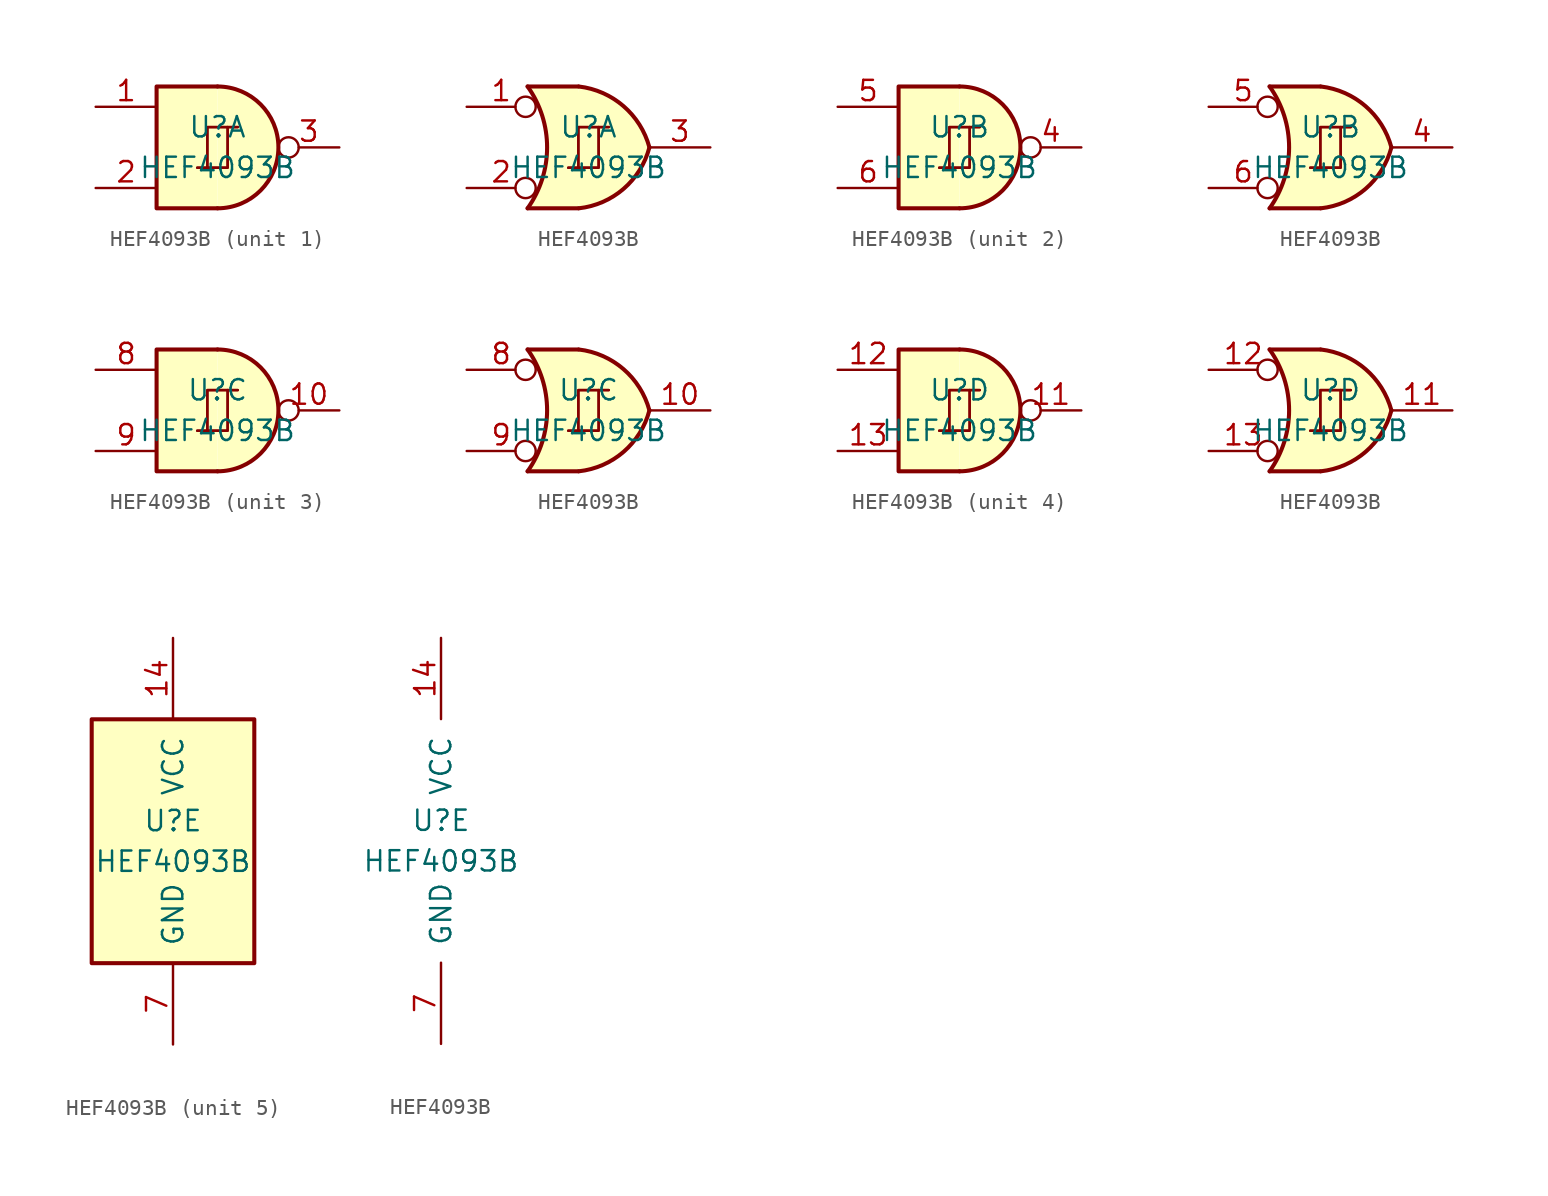
<source format=kicad_sym>
(kicad_symbol_lib
  (version 20200908)
  (generator kicad_symbol_editor)
  (symbol "4xxx:HEF4093B"
    (pin_names
      (offset 1.016))
    (property "Reference" "U"
      (at 0 1.27 0)
      (effects (font (size 1.27 1.27))))
    (property "Value" "HEF4093B"
      (at 0 -1.27 0)
      (effects (font (size 1.27 1.27))))
    (property "ki_locked" ""
      (at 0 0 0)
      (effects (font (size 1.27 1.27))))
    (symbol "HEF4093B_1_1"
      (arc (start 0 -3.81) (end 0 3.81) (radius (at 0 0) (length 3.81) (angles -89.9 89.9)) (stroke (width 0.254)) (fill (type background)))
      (polyline (pts (xy 0 3.81) (xy -3.81 3.81) (xy -3.81 -3.81) (xy 0 -3.81)) (stroke (width 0.254)) (fill (type background)))
      (pin input line (at -7.62 2.54 0) (length 3.81) (name "~" (effects (font (size 1.27 1.27)))) (number "1" (effects (font (size 1.27 1.27)))))
      (pin input line (at -7.62 -2.54 0) (length 3.81) (name "~" (effects (font (size 1.27 1.27)))) (number "2" (effects (font (size 1.27 1.27)))))
      (pin output inverted (at 7.62 0 180) (length 3.81) (name "~" (effects (font (size 1.27 1.27)))) (number "3" (effects (font (size 1.27 1.27))))))
    (symbol "HEF4093B_2_1"
      (arc (start 0 -3.81) (end 0 3.81) (radius (at 0 0) (length 3.81) (angles -89.9 89.9)) (stroke (width 0.254)) (fill (type background)))
      (polyline (pts (xy 0 3.81) (xy -3.81 3.81) (xy -3.81 -3.81) (xy 0 -3.81)) (stroke (width 0.254)) (fill (type background)))
      (pin output inverted (at 7.62 0 180) (length 3.81) (name "~" (effects (font (size 1.27 1.27)))) (number "4" (effects (font (size 1.27 1.27)))))
      (pin input line (at -7.62 2.54 0) (length 3.81) (name "~" (effects (font (size 1.27 1.27)))) (number "5" (effects (font (size 1.27 1.27)))))
      (pin input line (at -7.62 -2.54 0) (length 3.81) (name "~" (effects (font (size 1.27 1.27)))) (number "6" (effects (font (size 1.27 1.27))))))
    (symbol "HEF4093B_3_1"
      (arc (start 0 -3.81) (end 0 3.81) (radius (at 0 0) (length 3.81) (angles -89.9 89.9)) (stroke (width 0.254)) (fill (type background)))
      (polyline (pts (xy 0 3.81) (xy -3.81 3.81) (xy -3.81 -3.81) (xy 0 -3.81)) (stroke (width 0.254)) (fill (type background)))
      (pin output inverted (at 7.62 0 180) (length 3.81) (name "~" (effects (font (size 1.27 1.27)))) (number "10" (effects (font (size 1.27 1.27)))))
      (pin input line (at -7.62 2.54 0) (length 3.81) (name "~" (effects (font (size 1.27 1.27)))) (number "8" (effects (font (size 1.27 1.27)))))
      (pin input line (at -7.62 -2.54 0) (length 3.81) (name "~" (effects (font (size 1.27 1.27)))) (number "9" (effects (font (size 1.27 1.27))))))
    (symbol "HEF4093B_4_1"
      (arc (start 0 -3.81) (end 0 3.81) (radius (at 0 0) (length 3.81) (angles -89.9 89.9)) (stroke (width 0.254)) (fill (type background)))
      (polyline (pts (xy 0 3.81) (xy -3.81 3.81) (xy -3.81 -3.81) (xy 0 -3.81)) (stroke (width 0.254)) (fill (type background)))
      (pin output inverted (at 7.62 0 180) (length 3.81) (name "~" (effects (font (size 1.27 1.27)))) (number "11" (effects (font (size 1.27 1.27)))))
      (pin input line (at -7.62 2.54 0) (length 3.81) (name "~" (effects (font (size 1.27 1.27)))) (number "12" (effects (font (size 1.27 1.27)))))
      (pin input line (at -7.62 -2.54 0) (length 3.81) (name "~" (effects (font (size 1.27 1.27)))) (number "13" (effects (font (size 1.27 1.27))))))
    (symbol "HEF4093B_1_2"
      (arc (start -3.81 3.81) (end -3.81 -3.81) (radius (at -9.144 0) (length 6.5532) (angles 35.4 -35.4)) (stroke (width 0.254)) (fill (type none)))
      (arc (start 3.81 0) (end -0.6096 3.81) (radius (at -1.1938 -1.3208) (length 5.1816) (angles 15 83.7)) (stroke (width 0.254)) (fill (type background)))
      (arc (start 3.81 0) (end -0.6096 -3.81) (radius (at -1.1938 1.3208) (length 5.1816) (angles -15 -83.7)) (stroke (width 0.254)) (fill (type background)))
      (polyline (pts (xy -3.81 -3.81) (xy -0.635 -3.81)) (stroke (width 0.254)) (fill (type background)))
      (polyline (pts (xy -3.81 3.81) (xy -0.635 3.81)) (stroke (width 0.254)) (fill (type background)))
      (polyline (pts (xy -0.635 3.81) (xy -3.81 3.81) (xy -3.81 3.81) (xy -3.556 3.404) (xy -3.023 2.261) (xy -2.692 1.041) (xy -2.616 -0.254) (xy -2.769 -1.499) (xy -3.175 -2.718) (xy -3.81 -3.81) (xy -3.81 -3.81) (xy -0.635 -3.81)) (stroke (width -25.4)) (fill (type background)))
      (pin input inverted (at -7.62 2.54 0) (length 4.318) (name "~" (effects (font (size 1.27 1.27)))) (number "1" (effects (font (size 1.27 1.27)))))
      (pin input inverted (at -7.62 -2.54 0) (length 4.318) (name "~" (effects (font (size 1.27 1.27)))) (number "2" (effects (font (size 1.27 1.27)))))
      (pin output line (at 7.62 0 180) (length 3.81) (name "~" (effects (font (size 1.27 1.27)))) (number "3" (effects (font (size 1.27 1.27))))))
    (symbol "HEF4093B_2_2"
      (arc (start -3.81 3.81) (end -3.81 -3.81) (radius (at -9.144 0) (length 6.5532) (angles 35.4 -35.4)) (stroke (width 0.254)) (fill (type none)))
      (arc (start 3.81 0) (end -0.6096 3.81) (radius (at -1.1938 -1.3208) (length 5.1816) (angles 15 83.7)) (stroke (width 0.254)) (fill (type background)))
      (arc (start 3.81 0) (end -0.6096 -3.81) (radius (at -1.1938 1.3208) (length 5.1816) (angles -15 -83.7)) (stroke (width 0.254)) (fill (type background)))
      (polyline (pts (xy -3.81 -3.81) (xy -0.635 -3.81)) (stroke (width 0.254)) (fill (type background)))
      (polyline (pts (xy -3.81 3.81) (xy -0.635 3.81)) (stroke (width 0.254)) (fill (type background)))
      (polyline (pts (xy -0.635 3.81) (xy -3.81 3.81) (xy -3.81 3.81) (xy -3.556 3.404) (xy -3.023 2.261) (xy -2.692 1.041) (xy -2.616 -0.254) (xy -2.769 -1.499) (xy -3.175 -2.718) (xy -3.81 -3.81) (xy -3.81 -3.81) (xy -0.635 -3.81)) (stroke (width -25.4)) (fill (type background)))
      (pin output line (at 7.62 0 180) (length 3.81) (name "~" (effects (font (size 1.27 1.27)))) (number "4" (effects (font (size 1.27 1.27)))))
      (pin input inverted (at -7.62 2.54 0) (length 4.318) (name "~" (effects (font (size 1.27 1.27)))) (number "5" (effects (font (size 1.27 1.27)))))
      (pin input inverted (at -7.62 -2.54 0) (length 4.318) (name "~" (effects (font (size 1.27 1.27)))) (number "6" (effects (font (size 1.27 1.27))))))
    (symbol "HEF4093B_3_2"
      (arc (start -3.81 3.81) (end -3.81 -3.81) (radius (at -9.144 0) (length 6.5532) (angles 35.4 -35.4)) (stroke (width 0.254)) (fill (type none)))
      (arc (start 3.81 0) (end -0.6096 3.81) (radius (at -1.1938 -1.3208) (length 5.1816) (angles 15 83.7)) (stroke (width 0.254)) (fill (type background)))
      (arc (start 3.81 0) (end -0.6096 -3.81) (radius (at -1.1938 1.3208) (length 5.1816) (angles -15 -83.7)) (stroke (width 0.254)) (fill (type background)))
      (polyline (pts (xy -3.81 -3.81) (xy -0.635 -3.81)) (stroke (width 0.254)) (fill (type background)))
      (polyline (pts (xy -3.81 3.81) (xy -0.635 3.81)) (stroke (width 0.254)) (fill (type background)))
      (polyline (pts (xy -0.635 3.81) (xy -3.81 3.81) (xy -3.81 3.81) (xy -3.556 3.404) (xy -3.023 2.261) (xy -2.692 1.041) (xy -2.616 -0.254) (xy -2.769 -1.499) (xy -3.175 -2.718) (xy -3.81 -3.81) (xy -3.81 -3.81) (xy -0.635 -3.81)) (stroke (width -25.4)) (fill (type background)))
      (pin output line (at 7.62 0 180) (length 3.81) (name "~" (effects (font (size 1.27 1.27)))) (number "10" (effects (font (size 1.27 1.27)))))
      (pin input inverted (at -7.62 2.54 0) (length 4.318) (name "~" (effects (font (size 1.27 1.27)))) (number "8" (effects (font (size 1.27 1.27)))))
      (pin input inverted (at -7.62 -2.54 0) (length 4.318) (name "~" (effects (font (size 1.27 1.27)))) (number "9" (effects (font (size 1.27 1.27))))))
    (symbol "HEF4093B_4_2"
      (arc (start -3.81 3.81) (end -3.81 -3.81) (radius (at -9.144 0) (length 6.5532) (angles 35.4 -35.4)) (stroke (width 0.254)) (fill (type none)))
      (arc (start 3.81 0) (end -0.6096 3.81) (radius (at -1.1938 -1.3208) (length 5.1816) (angles 15 83.7)) (stroke (width 0.254)) (fill (type background)))
      (arc (start 3.81 0) (end -0.6096 -3.81) (radius (at -1.1938 1.3208) (length 5.1816) (angles -15 -83.7)) (stroke (width 0.254)) (fill (type background)))
      (polyline (pts (xy -3.81 -3.81) (xy -0.635 -3.81)) (stroke (width 0.254)) (fill (type background)))
      (polyline (pts (xy -3.81 3.81) (xy -0.635 3.81)) (stroke (width 0.254)) (fill (type background)))
      (polyline (pts (xy -0.635 3.81) (xy -3.81 3.81) (xy -3.81 3.81) (xy -3.556 3.404) (xy -3.023 2.261) (xy -2.692 1.041) (xy -2.616 -0.254) (xy -2.769 -1.499) (xy -3.175 -2.718) (xy -3.81 -3.81) (xy -3.81 -3.81) (xy -0.635 -3.81)) (stroke (width -25.4)) (fill (type background)))
      (pin output line (at 7.62 0 180) (length 3.81) (name "~" (effects (font (size 1.27 1.27)))) (number "11" (effects (font (size 1.27 1.27)))))
      (pin input inverted (at -7.62 2.54 0) (length 4.318) (name "~" (effects (font (size 1.27 1.27)))) (number "12" (effects (font (size 1.27 1.27)))))
      (pin input inverted (at -7.62 -2.54 0) (length 4.318) (name "~" (effects (font (size 1.27 1.27)))) (number "13" (effects (font (size 1.27 1.27))))))
    (symbol "HEF4093B_5_1"
      (rectangle (start -5.08 7.62) (end 5.08 -7.62) (stroke (width 0.254)) (fill (type background))))
    (symbol "HEF4093B_1_0"
      (polyline (pts (xy -0.635 -1.27) (xy -0.635 1.27) (xy 0.635 1.27)) (stroke (width 0)) (fill (type none)))
      (polyline (pts (xy -0.635 -1.27) (xy -0.635 1.27) (xy 0.635 1.27)) (stroke (width 0)) (fill (type none)))
      (polyline (pts (xy -1.27 -1.27) (xy 0.635 -1.27) (xy 0.635 1.27) (xy 1.27 1.27)) (stroke (width 0)) (fill (type none)))
      (polyline (pts (xy -1.27 -1.27) (xy 0.635 -1.27) (xy 0.635 1.27) (xy 1.27 1.27)) (stroke (width 0)) (fill (type none))))
    (symbol "HEF4093B_2_0"
      (polyline (pts (xy -0.635 -1.27) (xy -0.635 1.27) (xy 0.635 1.27)) (stroke (width 0)) (fill (type none)))
      (polyline (pts (xy -0.635 -1.27) (xy -0.635 1.27) (xy 0.635 1.27)) (stroke (width 0)) (fill (type none)))
      (polyline (pts (xy -1.27 -1.27) (xy 0.635 -1.27) (xy 0.635 1.27) (xy 1.27 1.27)) (stroke (width 0)) (fill (type none)))
      (polyline (pts (xy -1.27 -1.27) (xy 0.635 -1.27) (xy 0.635 1.27) (xy 1.27 1.27)) (stroke (width 0)) (fill (type none))))
    (symbol "HEF4093B_3_0"
      (polyline (pts (xy -0.635 -1.27) (xy -0.635 1.27) (xy 0.635 1.27)) (stroke (width 0)) (fill (type none)))
      (polyline (pts (xy -0.635 -1.27) (xy -0.635 1.27) (xy 0.635 1.27)) (stroke (width 0)) (fill (type none)))
      (polyline (pts (xy -1.27 -1.27) (xy 0.635 -1.27) (xy 0.635 1.27) (xy 1.27 1.27)) (stroke (width 0)) (fill (type none)))
      (polyline (pts (xy -1.27 -1.27) (xy 0.635 -1.27) (xy 0.635 1.27) (xy 1.27 1.27)) (stroke (width 0)) (fill (type none))))
    (symbol "HEF4093B_4_0"
      (polyline (pts (xy -0.635 -1.27) (xy -0.635 1.27) (xy 0.635 1.27)) (stroke (width 0)) (fill (type none)))
      (polyline (pts (xy -0.635 -1.27) (xy -0.635 1.27) (xy 0.635 1.27)) (stroke (width 0)) (fill (type none)))
      (polyline (pts (xy -1.27 -1.27) (xy 0.635 -1.27) (xy 0.635 1.27) (xy 1.27 1.27)) (stroke (width 0)) (fill (type none)))
      (polyline (pts (xy -1.27 -1.27) (xy 0.635 -1.27) (xy 0.635 1.27) (xy 1.27 1.27)) (stroke (width 0)) (fill (type none))))
    (symbol "HEF4093B_5_0"
      (pin power_in line (at 0 12.7 270) (length 5.08) (name "VCC" (effects (font (size 1.27 1.27)))) (number "14" (effects (font (size 1.27 1.27)))))
      (pin power_in line (at 0 -12.7 90) (length 5.08) (name "GND" (effects (font (size 1.27 1.27)))) (number "7" (effects (font (size 1.27 1.27))))))))
</source>
